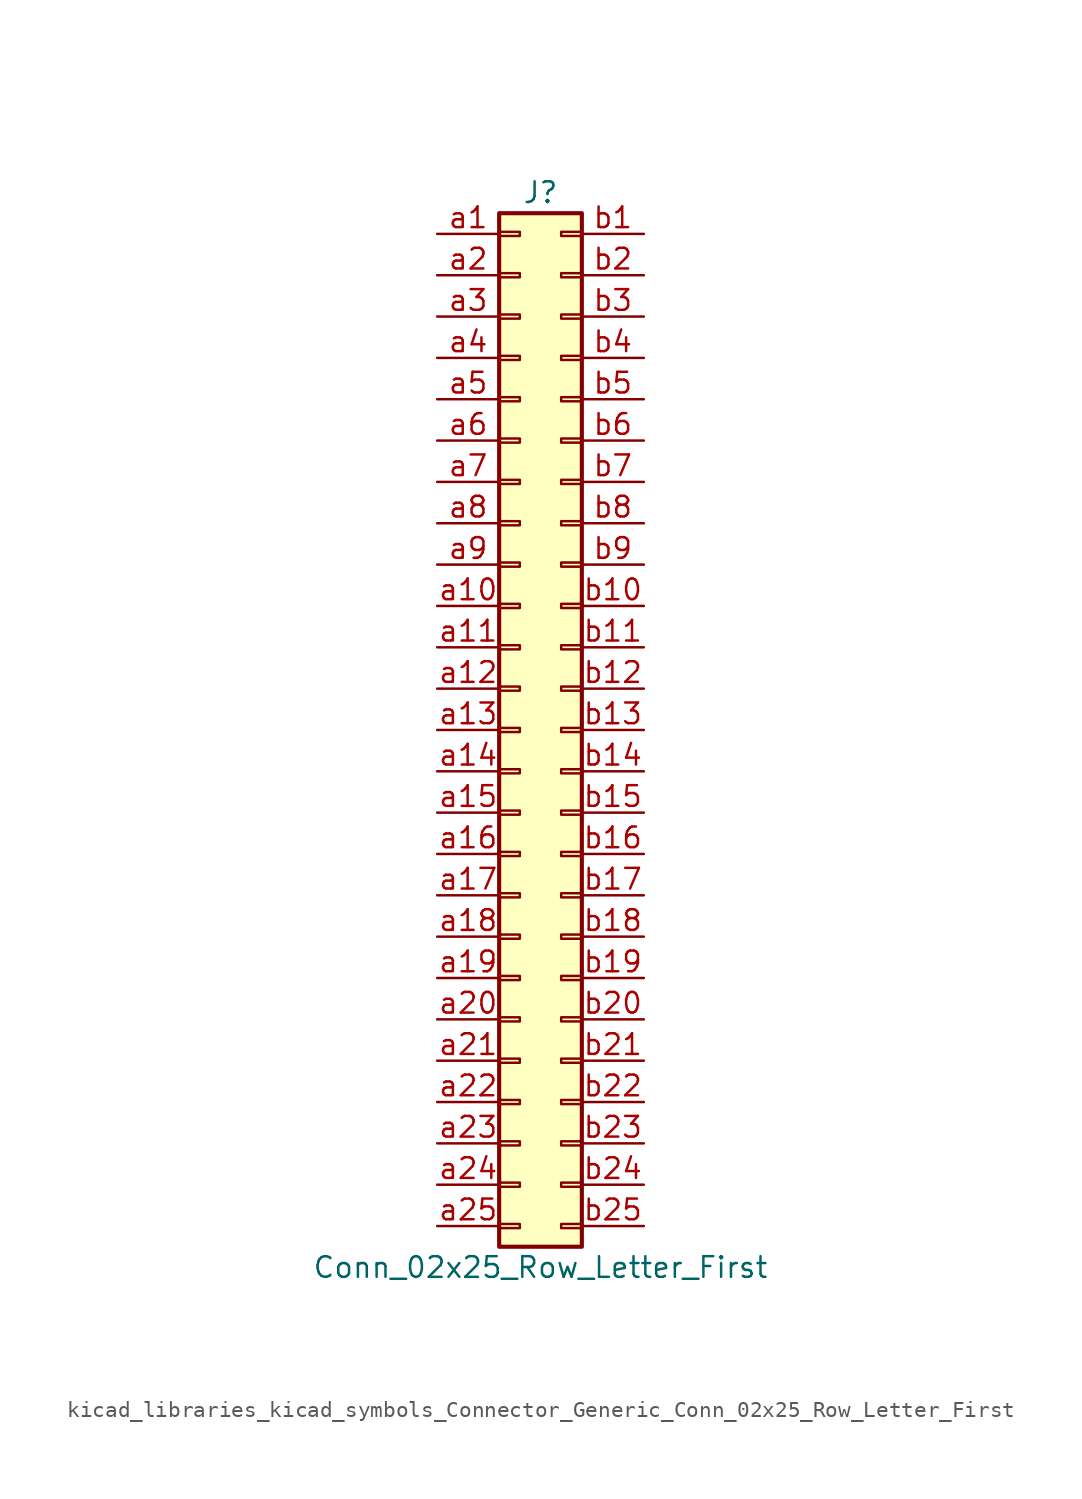
<source format=kicad_sym>
(kicad_symbol_lib
  (version 20220914)
  (generator kicad_symbol_editor)
  (symbol "kicad_libraries_kicad_symbols_Connector_Generic_Conn_02x25_Row_Letter_First"
    (pin_names
      (offset 1.016) hide)
    (property "Reference" "J"
      (at 1.27 33.02 0)
      (effects (font (size 1.27 1.27))))
    (property "Value" "Conn_02x25_Row_Letter_First"
      (at 1.27 -33.02 0)
      (effects (font (size 1.27 1.27))))
    (symbol "kicad_libraries_kicad_symbols_Connector_Generic_Conn_02x25_Row_Letter_First_1_1"
      (rectangle (start -1.27 -30.353) (end 0 -30.607) (stroke (width 0.152) (type default)) (fill (type none)))
      (rectangle (start -1.27 -27.813) (end 0 -28.067) (stroke (width 0.152) (type default)) (fill (type none)))
      (rectangle (start -1.27 -25.273) (end 0 -25.527) (stroke (width 0.152) (type default)) (fill (type none)))
      (rectangle (start -1.27 -22.733) (end 0 -22.987) (stroke (width 0.152) (type default)) (fill (type none)))
      (rectangle (start -1.27 -20.193) (end 0 -20.447) (stroke (width 0.152) (type default)) (fill (type none)))
      (rectangle (start -1.27 -17.653) (end 0 -17.907) (stroke (width 0.152) (type default)) (fill (type none)))
      (rectangle (start -1.27 -15.113) (end 0 -15.367) (stroke (width 0.152) (type default)) (fill (type none)))
      (rectangle (start -1.27 -12.573) (end 0 -12.827) (stroke (width 0.152) (type default)) (fill (type none)))
      (rectangle (start -1.27 -10.033) (end 0 -10.287) (stroke (width 0.152) (type default)) (fill (type none)))
      (rectangle (start -1.27 -7.493) (end 0 -7.747) (stroke (width 0.152) (type default)) (fill (type none)))
      (rectangle (start -1.27 -4.953) (end 0 -5.207) (stroke (width 0.152) (type default)) (fill (type none)))
      (rectangle (start -1.27 -2.413) (end 0 -2.667) (stroke (width 0.152) (type default)) (fill (type none)))
      (rectangle (start -1.27 0.127) (end 0 -0.127) (stroke (width 0.152) (type default)) (fill (type none)))
      (rectangle (start -1.27 2.667) (end 0 2.413) (stroke (width 0.152) (type default)) (fill (type none)))
      (rectangle (start -1.27 5.207) (end 0 4.953) (stroke (width 0.152) (type default)) (fill (type none)))
      (rectangle (start -1.27 7.747) (end 0 7.493) (stroke (width 0.152) (type default)) (fill (type none)))
      (rectangle (start -1.27 10.287) (end 0 10.033) (stroke (width 0.152) (type default)) (fill (type none)))
      (rectangle (start -1.27 12.827) (end 0 12.573) (stroke (width 0.152) (type default)) (fill (type none)))
      (rectangle (start -1.27 15.367) (end 0 15.113) (stroke (width 0.152) (type default)) (fill (type none)))
      (rectangle (start -1.27 17.907) (end 0 17.653) (stroke (width 0.152) (type default)) (fill (type none)))
      (rectangle (start -1.27 20.447) (end 0 20.193) (stroke (width 0.152) (type default)) (fill (type none)))
      (rectangle (start -1.27 22.987) (end 0 22.733) (stroke (width 0.152) (type default)) (fill (type none)))
      (rectangle (start -1.27 25.527) (end 0 25.273) (stroke (width 0.152) (type default)) (fill (type none)))
      (rectangle (start -1.27 28.067) (end 0 27.813) (stroke (width 0.152) (type default)) (fill (type none)))
      (rectangle (start -1.27 30.607) (end 0 30.353) (stroke (width 0.152) (type default)) (fill (type none)))
      (rectangle (start -1.27 31.75) (end 3.81 -31.75) (stroke (width 0.254) (type default)) (fill (type background)))
      (rectangle (start 3.81 -30.353) (end 2.54 -30.607) (stroke (width 0.152) (type default)) (fill (type none)))
      (rectangle (start 3.81 -27.813) (end 2.54 -28.067) (stroke (width 0.152) (type default)) (fill (type none)))
      (rectangle (start 3.81 -25.273) (end 2.54 -25.527) (stroke (width 0.152) (type default)) (fill (type none)))
      (rectangle (start 3.81 -22.733) (end 2.54 -22.987) (stroke (width 0.152) (type default)) (fill (type none)))
      (rectangle (start 3.81 -20.193) (end 2.54 -20.447) (stroke (width 0.152) (type default)) (fill (type none)))
      (rectangle (start 3.81 -17.653) (end 2.54 -17.907) (stroke (width 0.152) (type default)) (fill (type none)))
      (rectangle (start 3.81 -15.113) (end 2.54 -15.367) (stroke (width 0.152) (type default)) (fill (type none)))
      (rectangle (start 3.81 -12.573) (end 2.54 -12.827) (stroke (width 0.152) (type default)) (fill (type none)))
      (rectangle (start 3.81 -10.033) (end 2.54 -10.287) (stroke (width 0.152) (type default)) (fill (type none)))
      (rectangle (start 3.81 -7.493) (end 2.54 -7.747) (stroke (width 0.152) (type default)) (fill (type none)))
      (rectangle (start 3.81 -4.953) (end 2.54 -5.207) (stroke (width 0.152) (type default)) (fill (type none)))
      (rectangle (start 3.81 -2.413) (end 2.54 -2.667) (stroke (width 0.152) (type default)) (fill (type none)))
      (rectangle (start 3.81 0.127) (end 2.54 -0.127) (stroke (width 0.152) (type default)) (fill (type none)))
      (rectangle (start 3.81 2.667) (end 2.54 2.413) (stroke (width 0.152) (type default)) (fill (type none)))
      (rectangle (start 3.81 5.207) (end 2.54 4.953) (stroke (width 0.152) (type default)) (fill (type none)))
      (rectangle (start 3.81 7.747) (end 2.54 7.493) (stroke (width 0.152) (type default)) (fill (type none)))
      (rectangle (start 3.81 10.287) (end 2.54 10.033) (stroke (width 0.152) (type default)) (fill (type none)))
      (rectangle (start 3.81 12.827) (end 2.54 12.573) (stroke (width 0.152) (type default)) (fill (type none)))
      (rectangle (start 3.81 15.367) (end 2.54 15.113) (stroke (width 0.152) (type default)) (fill (type none)))
      (rectangle (start 3.81 17.907) (end 2.54 17.653) (stroke (width 0.152) (type default)) (fill (type none)))
      (rectangle (start 3.81 20.447) (end 2.54 20.193) (stroke (width 0.152) (type default)) (fill (type none)))
      (rectangle (start 3.81 22.987) (end 2.54 22.733) (stroke (width 0.152) (type default)) (fill (type none)))
      (rectangle (start 3.81 25.527) (end 2.54 25.273) (stroke (width 0.152) (type default)) (fill (type none)))
      (rectangle (start 3.81 28.067) (end 2.54 27.813) (stroke (width 0.152) (type default)) (fill (type none)))
      (rectangle (start 3.81 30.607) (end 2.54 30.353) (stroke (width 0.152) (type default)) (fill (type none)))
      (pin passive line (at -5.08 30.48 0) (length 3.81) (name "Pin_a1" (effects (font (size 1.27 1.27)))) (number "a1" (effects (font (size 1.27 1.27)))))
      (pin passive line (at -5.08 7.62 0) (length 3.81) (name "Pin_a10" (effects (font (size 1.27 1.27)))) (number "a10" (effects (font (size 1.27 1.27)))))
      (pin passive line (at -5.08 5.08 0) (length 3.81) (name "Pin_a11" (effects (font (size 1.27 1.27)))) (number "a11" (effects (font (size 1.27 1.27)))))
      (pin passive line (at -5.08 2.54 0) (length 3.81) (name "Pin_a12" (effects (font (size 1.27 1.27)))) (number "a12" (effects (font (size 1.27 1.27)))))
      (pin passive line (at -5.08 0 0) (length 3.81) (name "Pin_a13" (effects (font (size 1.27 1.27)))) (number "a13" (effects (font (size 1.27 1.27)))))
      (pin passive line (at -5.08 -2.54 0) (length 3.81) (name "Pin_a14" (effects (font (size 1.27 1.27)))) (number "a14" (effects (font (size 1.27 1.27)))))
      (pin passive line (at -5.08 -5.08 0) (length 3.81) (name "Pin_a15" (effects (font (size 1.27 1.27)))) (number "a15" (effects (font (size 1.27 1.27)))))
      (pin passive line (at -5.08 -7.62 0) (length 3.81) (name "Pin_a16" (effects (font (size 1.27 1.27)))) (number "a16" (effects (font (size 1.27 1.27)))))
      (pin passive line (at -5.08 -10.16 0) (length 3.81) (name "Pin_a17" (effects (font (size 1.27 1.27)))) (number "a17" (effects (font (size 1.27 1.27)))))
      (pin passive line (at -5.08 -12.7 0) (length 3.81) (name "Pin_a18" (effects (font (size 1.27 1.27)))) (number "a18" (effects (font (size 1.27 1.27)))))
      (pin passive line (at -5.08 -15.24 0) (length 3.81) (name "Pin_a19" (effects (font (size 1.27 1.27)))) (number "a19" (effects (font (size 1.27 1.27)))))
      (pin passive line (at -5.08 27.94 0) (length 3.81) (name "Pin_a2" (effects (font (size 1.27 1.27)))) (number "a2" (effects (font (size 1.27 1.27)))))
      (pin passive line (at -5.08 -17.78 0) (length 3.81) (name "Pin_a20" (effects (font (size 1.27 1.27)))) (number "a20" (effects (font (size 1.27 1.27)))))
      (pin passive line (at -5.08 -20.32 0) (length 3.81) (name "Pin_a21" (effects (font (size 1.27 1.27)))) (number "a21" (effects (font (size 1.27 1.27)))))
      (pin passive line (at -5.08 -22.86 0) (length 3.81) (name "Pin_a22" (effects (font (size 1.27 1.27)))) (number "a22" (effects (font (size 1.27 1.27)))))
      (pin passive line (at -5.08 -25.4 0) (length 3.81) (name "Pin_a23" (effects (font (size 1.27 1.27)))) (number "a23" (effects (font (size 1.27 1.27)))))
      (pin passive line (at -5.08 -27.94 0) (length 3.81) (name "Pin_a24" (effects (font (size 1.27 1.27)))) (number "a24" (effects (font (size 1.27 1.27)))))
      (pin passive line (at -5.08 -30.48 0) (length 3.81) (name "Pin_a25" (effects (font (size 1.27 1.27)))) (number "a25" (effects (font (size 1.27 1.27)))))
      (pin passive line (at -5.08 25.4 0) (length 3.81) (name "Pin_a3" (effects (font (size 1.27 1.27)))) (number "a3" (effects (font (size 1.27 1.27)))))
      (pin passive line (at -5.08 22.86 0) (length 3.81) (name "Pin_a4" (effects (font (size 1.27 1.27)))) (number "a4" (effects (font (size 1.27 1.27)))))
      (pin passive line (at -5.08 20.32 0) (length 3.81) (name "Pin_a5" (effects (font (size 1.27 1.27)))) (number "a5" (effects (font (size 1.27 1.27)))))
      (pin passive line (at -5.08 17.78 0) (length 3.81) (name "Pin_a6" (effects (font (size 1.27 1.27)))) (number "a6" (effects (font (size 1.27 1.27)))))
      (pin passive line (at -5.08 15.24 0) (length 3.81) (name "Pin_a7" (effects (font (size 1.27 1.27)))) (number "a7" (effects (font (size 1.27 1.27)))))
      (pin passive line (at -5.08 12.7 0) (length 3.81) (name "Pin_a8" (effects (font (size 1.27 1.27)))) (number "a8" (effects (font (size 1.27 1.27)))))
      (pin passive line (at -5.08 10.16 0) (length 3.81) (name "Pin_a9" (effects (font (size 1.27 1.27)))) (number "a9" (effects (font (size 1.27 1.27)))))
      (pin passive line (at 7.62 30.48 180) (length 3.81) (name "Pin_b1" (effects (font (size 1.27 1.27)))) (number "b1" (effects (font (size 1.27 1.27)))))
      (pin passive line (at 7.62 7.62 180) (length 3.81) (name "Pin_b10" (effects (font (size 1.27 1.27)))) (number "b10" (effects (font (size 1.27 1.27)))))
      (pin passive line (at 7.62 5.08 180) (length 3.81) (name "Pin_b11" (effects (font (size 1.27 1.27)))) (number "b11" (effects (font (size 1.27 1.27)))))
      (pin passive line (at 7.62 2.54 180) (length 3.81) (name "Pin_b12" (effects (font (size 1.27 1.27)))) (number "b12" (effects (font (size 1.27 1.27)))))
      (pin passive line (at 7.62 0 180) (length 3.81) (name "Pin_b13" (effects (font (size 1.27 1.27)))) (number "b13" (effects (font (size 1.27 1.27)))))
      (pin passive line (at 7.62 -2.54 180) (length 3.81) (name "Pin_b14" (effects (font (size 1.27 1.27)))) (number "b14" (effects (font (size 1.27 1.27)))))
      (pin passive line (at 7.62 -5.08 180) (length 3.81) (name "Pin_b15" (effects (font (size 1.27 1.27)))) (number "b15" (effects (font (size 1.27 1.27)))))
      (pin passive line (at 7.62 -7.62 180) (length 3.81) (name "Pin_b16" (effects (font (size 1.27 1.27)))) (number "b16" (effects (font (size 1.27 1.27)))))
      (pin passive line (at 7.62 -10.16 180) (length 3.81) (name "Pin_b17" (effects (font (size 1.27 1.27)))) (number "b17" (effects (font (size 1.27 1.27)))))
      (pin passive line (at 7.62 -12.7 180) (length 3.81) (name "Pin_b18" (effects (font (size 1.27 1.27)))) (number "b18" (effects (font (size 1.27 1.27)))))
      (pin passive line (at 7.62 -15.24 180) (length 3.81) (name "Pin_b19" (effects (font (size 1.27 1.27)))) (number "b19" (effects (font (size 1.27 1.27)))))
      (pin passive line (at 7.62 27.94 180) (length 3.81) (name "Pin_b2" (effects (font (size 1.27 1.27)))) (number "b2" (effects (font (size 1.27 1.27)))))
      (pin passive line (at 7.62 -17.78 180) (length 3.81) (name "Pin_b20" (effects (font (size 1.27 1.27)))) (number "b20" (effects (font (size 1.27 1.27)))))
      (pin passive line (at 7.62 -20.32 180) (length 3.81) (name "Pin_b21" (effects (font (size 1.27 1.27)))) (number "b21" (effects (font (size 1.27 1.27)))))
      (pin passive line (at 7.62 -22.86 180) (length 3.81) (name "Pin_b22" (effects (font (size 1.27 1.27)))) (number "b22" (effects (font (size 1.27 1.27)))))
      (pin passive line (at 7.62 -25.4 180) (length 3.81) (name "Pin_b23" (effects (font (size 1.27 1.27)))) (number "b23" (effects (font (size 1.27 1.27)))))
      (pin passive line (at 7.62 -27.94 180) (length 3.81) (name "Pin_b24" (effects (font (size 1.27 1.27)))) (number "b24" (effects (font (size 1.27 1.27)))))
      (pin passive line (at 7.62 -30.48 180) (length 3.81) (name "Pin_b25" (effects (font (size 1.27 1.27)))) (number "b25" (effects (font (size 1.27 1.27)))))
      (pin passive line (at 7.62 25.4 180) (length 3.81) (name "Pin_b3" (effects (font (size 1.27 1.27)))) (number "b3" (effects (font (size 1.27 1.27)))))
      (pin passive line (at 7.62 22.86 180) (length 3.81) (name "Pin_b4" (effects (font (size 1.27 1.27)))) (number "b4" (effects (font (size 1.27 1.27)))))
      (pin passive line (at 7.62 20.32 180) (length 3.81) (name "Pin_b5" (effects (font (size 1.27 1.27)))) (number "b5" (effects (font (size 1.27 1.27)))))
      (pin passive line (at 7.62 17.78 180) (length 3.81) (name "Pin_b6" (effects (font (size 1.27 1.27)))) (number "b6" (effects (font (size 1.27 1.27)))))
      (pin passive line (at 7.62 15.24 180) (length 3.81) (name "Pin_b7" (effects (font (size 1.27 1.27)))) (number "b7" (effects (font (size 1.27 1.27)))))
      (pin passive line (at 7.62 12.7 180) (length 3.81) (name "Pin_b8" (effects (font (size 1.27 1.27)))) (number "b8" (effects (font (size 1.27 1.27)))))
      (pin passive line (at 7.62 10.16 180) (length 3.81) (name "Pin_b9" (effects (font (size 1.27 1.27)))) (number "b9" (effects (font (size 1.27 1.27))))))))
</source>
